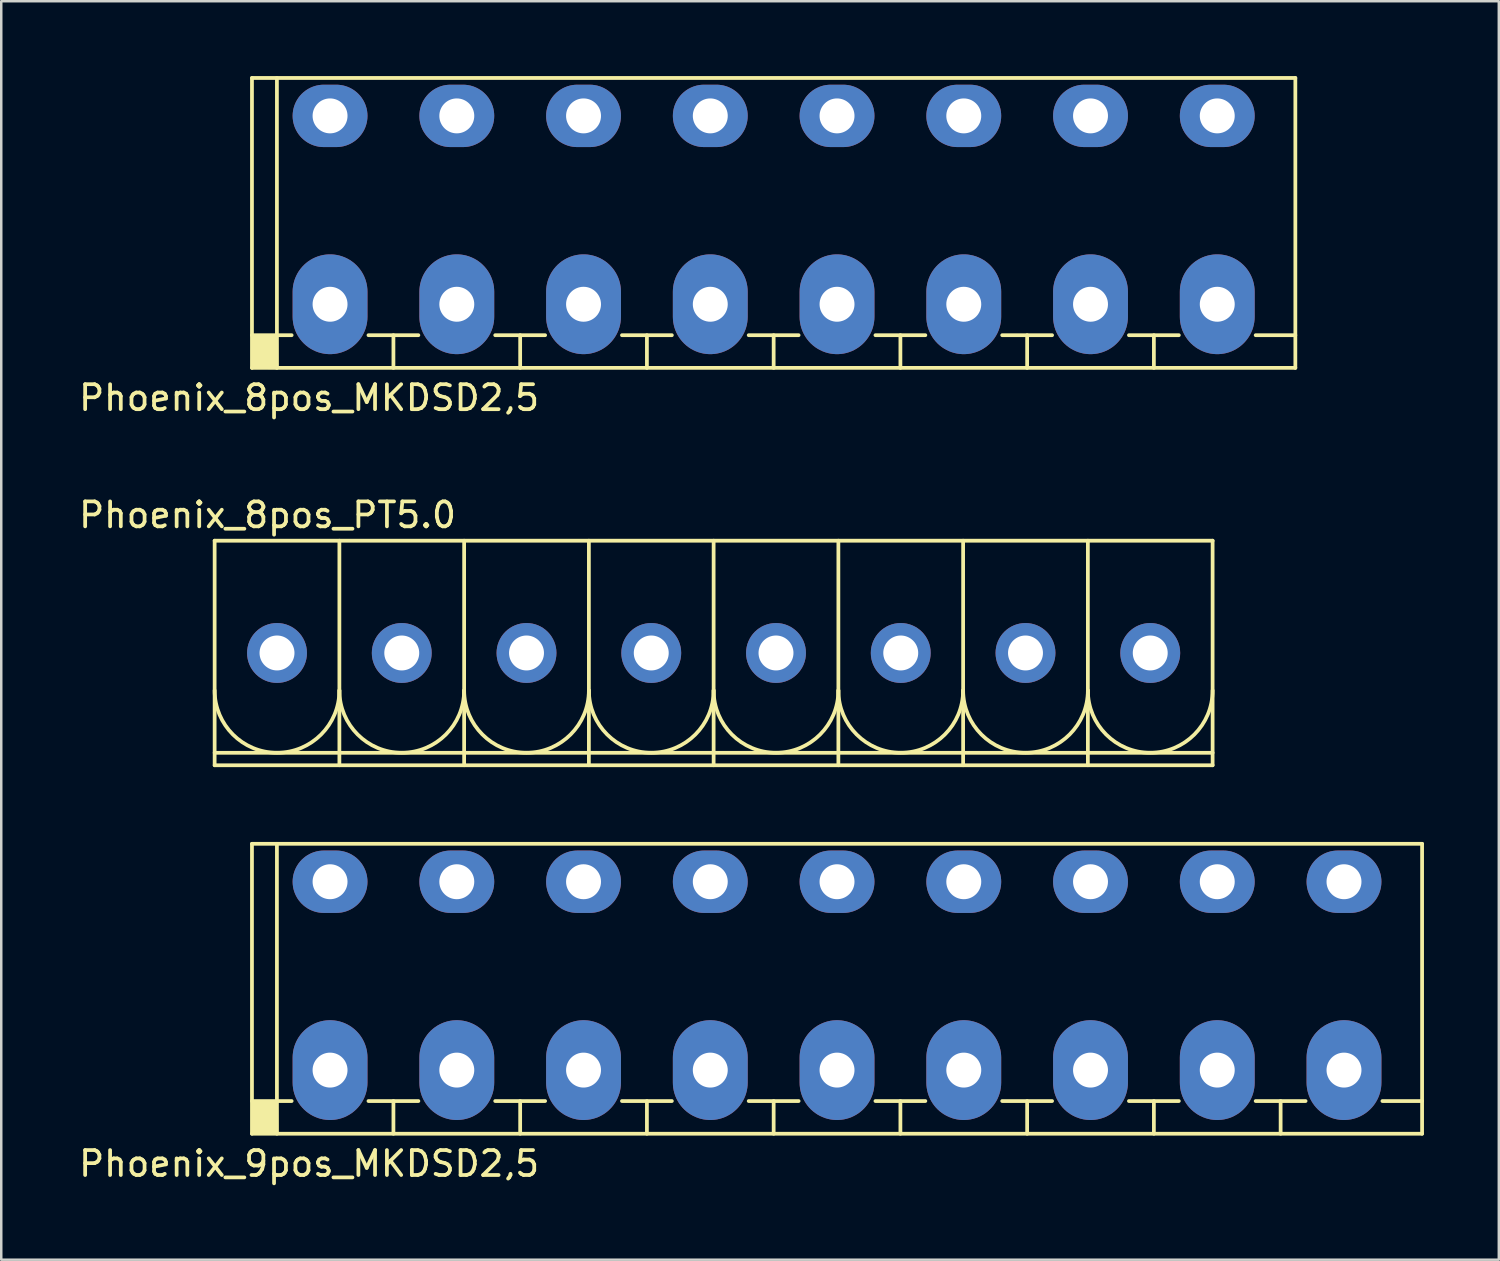
<source format=kicad_pcb>
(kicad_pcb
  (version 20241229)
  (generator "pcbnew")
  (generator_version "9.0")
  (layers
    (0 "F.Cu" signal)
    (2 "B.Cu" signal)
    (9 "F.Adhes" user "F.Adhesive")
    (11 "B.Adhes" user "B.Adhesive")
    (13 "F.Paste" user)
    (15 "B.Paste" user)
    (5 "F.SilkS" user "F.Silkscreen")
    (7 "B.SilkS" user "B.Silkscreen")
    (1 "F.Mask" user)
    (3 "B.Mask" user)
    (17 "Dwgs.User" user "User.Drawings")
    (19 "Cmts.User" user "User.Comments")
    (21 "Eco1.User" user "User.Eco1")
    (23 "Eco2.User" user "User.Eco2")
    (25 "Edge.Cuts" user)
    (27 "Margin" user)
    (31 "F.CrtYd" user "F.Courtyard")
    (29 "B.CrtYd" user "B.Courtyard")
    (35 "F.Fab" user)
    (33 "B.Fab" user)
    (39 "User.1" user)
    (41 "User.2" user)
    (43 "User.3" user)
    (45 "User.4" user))
  (footprint "Phoenix_8pos_MKDSD2,5"
    (layer "F.Cu")
    (at 27.959 5.885)
    (property "Reference" "Phoenix_8pos_MKDSD2,5" (at -18.62 7.01 0) (layer "F.SilkS") (effects (font (size 1 1) (thickness 0.15))))
    (attr through_hole)
    (fp_line (start -20.91 -5.81) (end -20.91 5.81) (stroke (width 0.15) (type solid)) (layer "F.SilkS"))
    (fp_line (start -20.91 -5.81) (end 20.91 -5.81) (stroke (width 0.15) (type solid)) (layer "F.SilkS"))
    (fp_line (start -20.91 4.5) (end -19.32 4.5) (stroke (width 0.15) (type solid)) (layer "F.SilkS"))
    (fp_line (start -20.91 5.81) (end 20.91 5.81) (stroke (width 0.15) (type solid)) (layer "F.SilkS"))
    (fp_line (start -19.91 -5.81) (end -19.91 5.81) (stroke (width 0.15) (type solid)) (layer "F.SilkS"))
    (fp_line (start -16.24 4.5) (end -14.24 4.5) (stroke (width 0.15) (type solid)) (layer "F.SilkS"))
    (fp_line (start -15.24 4.5) (end -15.24 5.81) (stroke (width 0.15) (type solid)) (layer "F.SilkS"))
    (fp_line (start -11.16 4.5) (end -9.16 4.5) (stroke (width 0.15) (type solid)) (layer "F.SilkS"))
    (fp_line (start -10.16 4.5) (end -10.16 5.81) (stroke (width 0.15) (type solid)) (layer "F.SilkS"))
    (fp_line (start -6.08 4.5) (end -4.08 4.5) (stroke (width 0.15) (type solid)) (layer "F.SilkS"))
    (fp_line (start -5.08 4.5) (end -5.08 5.81) (stroke (width 0.15) (type solid)) (layer "F.SilkS"))
    (fp_line (start -1 4.5) (end 1 4.5) (stroke (width 0.15) (type solid)) (layer "F.SilkS"))
    (fp_line (start 0 4.5) (end 0 5.81) (stroke (width 0.15) (type solid)) (layer "F.SilkS"))
    (fp_line (start 4.08 4.5) (end 6.08 4.5) (stroke (width 0.15) (type solid)) (layer "F.SilkS"))
    (fp_line (start 5.08 4.5) (end 5.08 5.81) (stroke (width 0.15) (type solid)) (layer "F.SilkS"))
    (fp_line (start 9.16 4.5) (end 11.16 4.5) (stroke (width 0.15) (type solid)) (layer "F.SilkS"))
    (fp_line (start 10.16 4.5) (end 10.16 5.81) (stroke (width 0.15) (type solid)) (layer "F.SilkS"))
    (fp_line (start 14.24 4.5) (end 16.24 4.5) (stroke (width 0.15) (type solid)) (layer "F.SilkS"))
    (fp_line (start 15.24 4.5) (end 15.24 5.81) (stroke (width 0.15) (type solid)) (layer "F.SilkS"))
    (fp_line (start 19.32 4.5) (end 20.91 4.5) (stroke (width 0.15) (type solid)) (layer "F.SilkS"))
    (fp_line (start 20.91 5.81) (end 20.91 -5.81) (stroke (width 0.15) (type solid)) (layer "F.SilkS"))
    (fp_poly (pts (xy -19.9 5.81) (xy -20.88 5.8) (xy -20.9 4.52) (xy -19.91 4.51)) (stroke (width 0.1) (type solid)) (fill yes) (layer "F.SilkS"))
    (pad "1" thru_hole oval (at -17.78 -4.29 270) (size 2.5 3) (drill 1.4) (layers "*.Cu" "*.Mask"))
    (pad "1" thru_hole oval (at -17.78 3.26) (size 3 4) (drill 1.4) (layers "*.Cu" "*.Mask"))
    (pad "2" thru_hole oval (at -12.7 -4.29 270) (size 2.5 3) (drill 1.4) (layers "*.Cu" "*.Mask"))
    (pad "2" thru_hole oval (at -12.7 3.26) (size 3 4) (drill 1.4) (layers "*.Cu" "*.Mask"))
    (pad "3" thru_hole oval (at -7.62 -4.29 270) (size 2.5 3) (drill 1.4) (layers "*.Cu" "*.Mask"))
    (pad "3" thru_hole oval (at -7.62 3.26) (size 3 4) (drill 1.4) (layers "*.Cu" "*.Mask"))
    (pad "4" thru_hole oval (at -2.54 -4.29 270) (size 2.5 3) (drill 1.4) (layers "*.Cu" "*.Mask"))
    (pad "4" thru_hole oval (at -2.54 3.26) (size 3 4) (drill 1.4) (layers "*.Cu" "*.Mask"))
    (pad "5" thru_hole oval (at 2.54 -4.29 270) (size 2.5 3) (drill 1.4) (layers "*.Cu" "*.Mask"))
    (pad "5" thru_hole oval (at 2.54 3.26) (size 3 4) (drill 1.4) (layers "*.Cu" "*.Mask"))
    (pad "6" thru_hole oval (at 7.62 -4.29 270) (size 2.5 3) (drill 1.4) (layers "*.Cu" "*.Mask"))
    (pad "6" thru_hole oval (at 7.62 3.26) (size 3 4) (drill 1.4) (layers "*.Cu" "*.Mask"))
    (pad "7" thru_hole oval (at 12.7 -4.29 270) (size 2.5 3) (drill 1.4) (layers "*.Cu" "*.Mask"))
    (pad "7" thru_hole oval (at 12.7 3.26) (size 3 4) (drill 1.4) (layers "*.Cu" "*.Mask"))
    (pad "8" thru_hole oval (at 17.78 -4.29 270) (size 2.5 3) (drill 1.4) (layers "*.Cu" "*.Mask"))
    (pad "8" thru_hole oval (at 17.78 3.26) (size 3 4) (drill 1.4) (layers "*.Cu" "*.Mask")))
  (footprint "Phoenix_8pos_PT5.0"
    (layer "F.Cu")
    (at 25.553 23.122)
    (property "Reference" "Phoenix_8pos_PT5.0" (at -17.88 -5.53 0) (layer "F.SilkS") (effects (font (size 1 1) (thickness 0.15))))
    (attr through_hole)
    (fp_line (start -20 -4.5) (end -20 4.5) (stroke (width 0.15) (type solid)) (layer "F.SilkS"))
    (fp_line (start -20 -4.5) (end 20 -4.5) (stroke (width 0.15) (type solid)) (layer "F.SilkS"))
    (fp_line (start -20 4) (end 20 4) (stroke (width 0.15) (type solid)) (layer "F.SilkS"))
    (fp_line (start -15 -4.5) (end -15 4.5) (stroke (width 0.15) (type solid)) (layer "F.SilkS"))
    (fp_line (start -10 -4.5) (end -10 4.5) (stroke (width 0.15) (type solid)) (layer "F.SilkS"))
    (fp_line (start -5 -4.5) (end -5 4.5) (stroke (width 0.15) (type solid)) (layer "F.SilkS"))
    (fp_line (start 0 -4.5) (end 0 4.5) (stroke (width 0.15) (type solid)) (layer "F.SilkS"))
    (fp_line (start 5 -4.5) (end 5 4.5) (stroke (width 0.15) (type solid)) (layer "F.SilkS"))
    (fp_line (start 10 -4.5) (end 10 4.5) (stroke (width 0.15) (type solid)) (layer "F.SilkS"))
    (fp_line (start 15 -4.5) (end 15 4.5) (stroke (width 0.15) (type solid)) (layer "F.SilkS"))
    (fp_line (start 20 -4.5) (end 20 4.5) (stroke (width 0.15) (type solid)) (layer "F.SilkS"))
    (fp_line (start 20 4.5) (end -20 4.5) (stroke (width 0.15) (type solid)) (layer "F.SilkS"))
    (fp_arc (start -15 1.5) (mid -17.5 4) (end -20 1.5) (stroke (width 0.15) (type solid)) (layer "F.SilkS"))
    (fp_arc (start -10 1.5) (mid -12.5 4) (end -15 1.5) (stroke (width 0.15) (type solid)) (layer "F.SilkS"))
    (fp_arc (start -5 1.5) (mid -7.5 4) (end -10 1.5) (stroke (width 0.15) (type solid)) (layer "F.SilkS"))
    (fp_arc (start 0 1.5) (mid -2.5 4) (end -5 1.5) (stroke (width 0.15) (type solid)) (layer "F.SilkS"))
    (fp_arc (start 5 1.5) (mid 2.5 4) (end 0 1.5) (stroke (width 0.15) (type solid)) (layer "F.SilkS"))
    (fp_arc (start 10 1.5) (mid 7.5 4) (end 5 1.5) (stroke (width 0.15) (type solid)) (layer "F.SilkS"))
    (fp_arc (start 15 1.5) (mid 12.5 4) (end 10 1.5) (stroke (width 0.15) (type solid)) (layer "F.SilkS"))
    (fp_arc (start 20 1.5) (mid 17.5 4) (end 15 1.5) (stroke (width 0.15) (type solid)) (layer "F.SilkS"))
    (pad "1" thru_hole circle (at -17.5 0) (size 2.4 2.4) (drill 1.4) (layers "*.Cu" "*.Mask"))
    (pad "2" thru_hole circle (at -12.5 0) (size 2.4 2.4) (drill 1.4) (layers "*.Cu" "*.Mask"))
    (pad "3" thru_hole circle (at -7.5 0) (size 2.4 2.4) (drill 1.4) (layers "*.Cu" "*.Mask"))
    (pad "4" thru_hole circle (at -2.5 0) (size 2.4 2.4) (drill 1.4) (layers "*.Cu" "*.Mask"))
    (pad "5" thru_hole circle (at 2.5 0) (size 2.4 2.4) (drill 1.4) (layers "*.Cu" "*.Mask"))
    (pad "6" thru_hole circle (at 7.5 0) (size 2.4 2.4) (drill 1.4) (layers "*.Cu" "*.Mask"))
    (pad "7" thru_hole circle (at 12.5 0) (size 2.4 2.4) (drill 1.4) (layers "*.Cu" "*.Mask"))
    (pad "8" thru_hole circle (at 17.5 0) (size 2.4 2.4) (drill 1.4) (layers "*.Cu" "*.Mask")))
  (footprint "Phoenix_9pos_MKDSD2,5"
    (layer "F.Cu")
    (at 30.499 36.581)
    (property "Reference" "Phoenix_9pos_MKDSD2,5" (at -21.16 7.01 0) (layer "F.SilkS") (effects (font (size 1 1) (thickness 0.15))))
    (attr through_hole)
    (fp_line (start -23.45 -5.81) (end -23.45 5.81) (stroke (width 0.15) (type solid)) (layer "F.SilkS"))
    (fp_line (start -23.45 -5.81) (end 23.45 -5.81) (stroke (width 0.15) (type solid)) (layer "F.SilkS"))
    (fp_line (start -23.45 4.5) (end -21.86 4.5) (stroke (width 0.15) (type solid)) (layer "F.SilkS"))
    (fp_line (start -23.45 5.81) (end 23.45 5.81) (stroke (width 0.15) (type solid)) (layer "F.SilkS"))
    (fp_line (start -22.45 -5.81) (end -22.45 5.81) (stroke (width 0.15) (type solid)) (layer "F.SilkS"))
    (fp_line (start -18.78 4.5) (end -16.78 4.5) (stroke (width 0.15) (type solid)) (layer "F.SilkS"))
    (fp_line (start -17.78 4.5) (end -17.78 5.81) (stroke (width 0.15) (type solid)) (layer "F.SilkS"))
    (fp_line (start -13.7 4.5) (end -11.7 4.5) (stroke (width 0.15) (type solid)) (layer "F.SilkS"))
    (fp_line (start -12.7 4.5) (end -12.7 5.81) (stroke (width 0.15) (type solid)) (layer "F.SilkS"))
    (fp_line (start -8.62 4.5) (end -6.62 4.5) (stroke (width 0.15) (type solid)) (layer "F.SilkS"))
    (fp_line (start -7.62 4.5) (end -7.62 5.81) (stroke (width 0.15) (type solid)) (layer "F.SilkS"))
    (fp_line (start -3.54 4.5) (end -1.54 4.5) (stroke (width 0.15) (type solid)) (layer "F.SilkS"))
    (fp_line (start -2.54 4.5) (end -2.54 5.81) (stroke (width 0.15) (type solid)) (layer "F.SilkS"))
    (fp_line (start 1.54 4.5) (end 3.54 4.5) (stroke (width 0.15) (type solid)) (layer "F.SilkS"))
    (fp_line (start 2.54 4.5) (end 2.54 5.81) (stroke (width 0.15) (type solid)) (layer "F.SilkS"))
    (fp_line (start 6.62 4.5) (end 8.62 4.5) (stroke (width 0.15) (type solid)) (layer "F.SilkS"))
    (fp_line (start 7.62 4.5) (end 7.62 5.81) (stroke (width 0.15) (type solid)) (layer "F.SilkS"))
    (fp_line (start 11.7 4.5) (end 13.7 4.5) (stroke (width 0.15) (type solid)) (layer "F.SilkS"))
    (fp_line (start 12.7 4.5) (end 12.7 5.81) (stroke (width 0.15) (type solid)) (layer "F.SilkS"))
    (fp_line (start 16.78 4.5) (end 18.78 4.5) (stroke (width 0.15) (type solid)) (layer "F.SilkS"))
    (fp_line (start 17.78 4.5) (end 17.78 5.81) (stroke (width 0.15) (type solid)) (layer "F.SilkS"))
    (fp_line (start 21.86 4.5) (end 23.45 4.5) (stroke (width 0.15) (type solid)) (layer "F.SilkS"))
    (fp_line (start 23.45 5.81) (end 23.45 -5.81) (stroke (width 0.15) (type solid)) (layer "F.SilkS"))
    (fp_poly (pts (xy -22.44 5.81) (xy -23.42 5.8) (xy -23.44 4.52) (xy -22.45 4.51)) (stroke (width 0.1) (type solid)) (fill yes) (layer "F.SilkS"))
    (pad "1" thru_hole oval (at -20.32 -4.29 270) (size 2.5 3) (drill 1.4) (layers "*.Cu" "*.Mask"))
    (pad "1" thru_hole oval (at -20.32 3.26) (size 3 4) (drill 1.4) (layers "*.Cu" "*.Mask"))
    (pad "2" thru_hole oval (at -15.24 -4.29 270) (size 2.5 3) (drill 1.4) (layers "*.Cu" "*.Mask"))
    (pad "2" thru_hole oval (at -15.24 3.26) (size 3 4) (drill 1.4) (layers "*.Cu" "*.Mask"))
    (pad "3" thru_hole oval (at -10.16 -4.29 270) (size 2.5 3) (drill 1.4) (layers "*.Cu" "*.Mask"))
    (pad "3" thru_hole oval (at -10.16 3.26) (size 3 4) (drill 1.4) (layers "*.Cu" "*.Mask"))
    (pad "4" thru_hole oval (at -5.08 -4.29 270) (size 2.5 3) (drill 1.4) (layers "*.Cu" "*.Mask"))
    (pad "4" thru_hole oval (at -5.08 3.26) (size 3 4) (drill 1.4) (layers "*.Cu" "*.Mask"))
    (pad "5" thru_hole oval (at 0 -4.29 270) (size 2.5 3) (drill 1.4) (layers "*.Cu" "*.Mask"))
    (pad "5" thru_hole oval (at 0 3.26) (size 3 4) (drill 1.4) (layers "*.Cu" "*.Mask"))
    (pad "6" thru_hole oval (at 5.08 -4.29 270) (size 2.5 3) (drill 1.4) (layers "*.Cu" "*.Mask"))
    (pad "6" thru_hole oval (at 5.08 3.26) (size 3 4) (drill 1.4) (layers "*.Cu" "*.Mask"))
    (pad "7" thru_hole oval (at 10.16 -4.29 270) (size 2.5 3) (drill 1.4) (layers "*.Cu" "*.Mask"))
    (pad "7" thru_hole oval (at 10.16 3.26) (size 3 4) (drill 1.4) (layers "*.Cu" "*.Mask"))
    (pad "8" thru_hole oval (at 15.24 -4.29 270) (size 2.5 3) (drill 1.4) (layers "*.Cu" "*.Mask"))
    (pad "8" thru_hole oval (at 15.24 3.26) (size 3 4) (drill 1.4) (layers "*.Cu" "*.Mask"))
    (pad "9" thru_hole oval (at 20.32 -4.29 270) (size 2.5 3) (drill 1.4) (layers "*.Cu" "*.Mask"))
    (pad "9" thru_hole oval (at 20.32 3.26) (size 3 4) (drill 1.4) (layers "*.Cu" "*.Mask")))
  (gr_rect
    (start -3 -3)
    (end 57.024 47.44)
    (stroke (width 0.1) (type default))
    (fill no)
    (layer "Edge.Cuts")))
</source>
